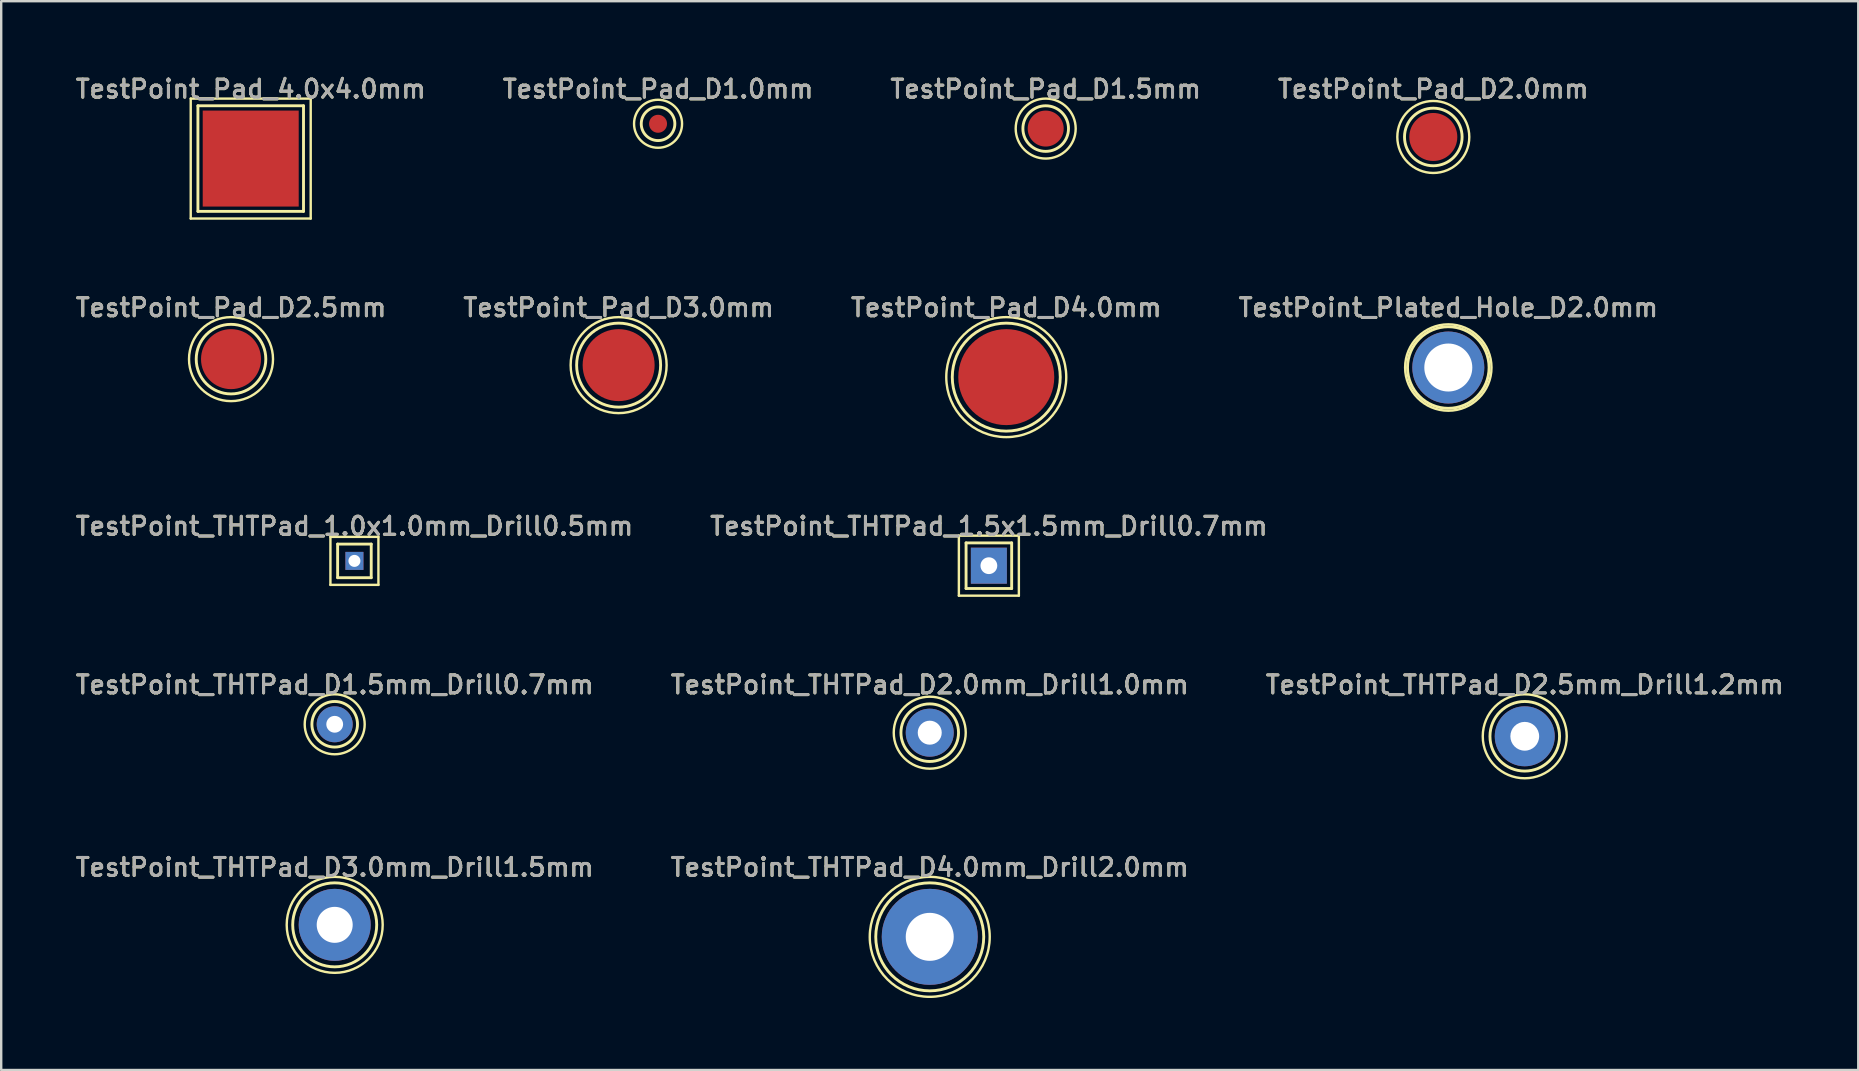
<source format=kicad_pcb>
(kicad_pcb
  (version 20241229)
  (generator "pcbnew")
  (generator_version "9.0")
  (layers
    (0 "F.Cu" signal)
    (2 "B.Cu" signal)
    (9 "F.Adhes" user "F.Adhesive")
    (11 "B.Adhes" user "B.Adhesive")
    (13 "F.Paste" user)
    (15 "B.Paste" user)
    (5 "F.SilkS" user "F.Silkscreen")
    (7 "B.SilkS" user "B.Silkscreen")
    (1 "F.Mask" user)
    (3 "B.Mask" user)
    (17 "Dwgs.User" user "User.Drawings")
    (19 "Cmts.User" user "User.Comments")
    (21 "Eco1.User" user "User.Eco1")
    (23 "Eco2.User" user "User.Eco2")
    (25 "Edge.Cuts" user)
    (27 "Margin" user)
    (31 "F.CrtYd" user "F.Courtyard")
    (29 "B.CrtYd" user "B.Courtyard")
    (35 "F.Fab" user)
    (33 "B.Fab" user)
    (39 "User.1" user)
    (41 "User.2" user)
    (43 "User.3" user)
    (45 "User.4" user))
  (footprint "TestPoint_Pad_D3.0mm"
    (layer "F.Cu")
    (at 22.73 12.166)
    (property "Reference" "TestPoint_Pad_D3.0mm" (at 0 -2.398 0) (layer "F.SilkS") (effects (font (size 0.75 0.75) (thickness 0.125))))
    (attr exclude_from_pos_files exclude_from_bom)
    (fp_circle (center 0 0) (end 0 1.75) (stroke (width 0.12) (type solid)) (fill no) (layer "F.SilkS"))
    (fp_circle (center 0 0) (end 2 0) (stroke (width 0.1) (type solid)) (fill no) (layer "F.SilkS"))
    (fp_text user "${REFERENCE}" (at 0 -2.4 0) (layer "F.Fab") (effects (font (size 0.75 0.75) (thickness 0.125))))
    (pad "1" smd circle (at 0 0) (size 3 3) (layers "F.Cu" "F.Mask")))
  (footprint "TestPoint_THTPad_D1.5mm_Drill0.7mm"
    (layer "F.Cu")
    (at 10.898 27.133)
    (property "Reference" "TestPoint_THTPad_D1.5mm_Drill0.7mm" (at 0 -1.648 0) (layer "F.SilkS") (effects (font (size 0.75 0.75) (thickness 0.125))))
    (attr exclude_from_pos_files exclude_from_bom)
    (fp_circle (center 0 0) (end 0 0.95) (stroke (width 0.12) (type solid)) (fill no) (layer "F.SilkS"))
    (fp_circle (center 0 0) (end 1.25 0) (stroke (width 0.1) (type solid)) (fill no) (layer "F.SilkS"))
    (fp_text user "${REFERENCE}" (at 0 -1.65 0) (layer "F.Fab") (effects (font (size 0.75 0.75) (thickness 0.125))))
    (pad "1" thru_hole circle (at 0 0) (size 1.5 1.5) (drill 0.7) (layers "*.Cu" "*.Mask")))
  (footprint "TestPoint_THTPad_1.0x1.0mm_Drill0.5mm"
    (layer "F.Cu")
    (at 11.72 20.324)
    (property "Reference" "TestPoint_THTPad_1.0x1.0mm_Drill0.5mm" (at 0 -1.448 0) (layer "F.SilkS") (effects (font (size 0.75 0.75) (thickness 0.125))))
    (attr exclude_from_pos_files exclude_from_bom)
    (fp_line (start -1 -1) (end -1 1) (stroke (width 0.1) (type solid)) (layer "F.SilkS"))
    (fp_line (start -1 -1) (end 1 -1) (stroke (width 0.1) (type solid)) (layer "F.SilkS"))
    (fp_line (start -0.7 -0.7) (end 0.7 -0.7) (stroke (width 0.12) (type solid)) (layer "F.SilkS"))
    (fp_line (start -0.7 0.7) (end -0.7 -0.7) (stroke (width 0.12) (type solid)) (layer "F.SilkS"))
    (fp_line (start 0.7 -0.7) (end 0.7 0.7) (stroke (width 0.12) (type solid)) (layer "F.SilkS"))
    (fp_line (start 0.7 0.7) (end -0.7 0.7) (stroke (width 0.12) (type solid)) (layer "F.SilkS"))
    (fp_line (start 1 1) (end -1 1) (stroke (width 0.1) (type solid)) (layer "F.SilkS"))
    (fp_line (start 1 1) (end 1 -1) (stroke (width 0.1) (type solid)) (layer "F.SilkS"))
    (fp_text user "${REFERENCE}" (at 0 -1.45 0) (layer "F.Fab") (effects (font (size 0.75 0.75) (thickness 0.125))))
    (pad "1" thru_hole rect (at 0 0) (size 0.75 0.75) (drill 0.5) (layers "*.Cu" "*.Mask")))
  (footprint "TestPoint_THTPad_D2.5mm_Drill1.2mm"
    (layer "F.Cu")
    (at 60.491 27.633)
    (property "Reference" "TestPoint_THTPad_D2.5mm_Drill1.2mm" (at 0 -2.148 0) (layer "F.SilkS") (effects (font (size 0.75 0.75) (thickness 0.125))))
    (attr exclude_from_pos_files exclude_from_bom)
    (fp_circle (center 0 0) (end 0 1.45) (stroke (width 0.12) (type solid)) (fill no) (layer "F.SilkS"))
    (fp_circle (center 0 0) (end 1.75 0) (stroke (width 0.1) (type solid)) (fill no) (layer "F.SilkS"))
    (fp_text user "${REFERENCE}" (at 0 -2.15 0) (layer "F.Fab") (effects (font (size 0.75 0.75) (thickness 0.125))))
    (pad "1" thru_hole circle (at 0 0) (size 2.5 2.5) (drill 1.2) (layers "*.Cu" "*.Mask")))
  (footprint "TestPoint_THTPad_D3.0mm_Drill1.5mm"
    (layer "F.Cu")
    (at 10.898 35.491)
    (property "Reference" "TestPoint_THTPad_D3.0mm_Drill1.5mm" (at 0 -2.398 0) (layer "F.SilkS") (effects (font (size 0.75 0.75) (thickness 0.125))))
    (attr exclude_from_pos_files exclude_from_bom)
    (fp_circle (center 0 0) (end 0 1.75) (stroke (width 0.12) (type solid)) (fill no) (layer "F.SilkS"))
    (fp_circle (center 0 0) (end 2 0) (stroke (width 0.1) (type solid)) (fill no) (layer "F.SilkS"))
    (fp_text user "${REFERENCE}" (at 0 -2.4 0) (layer "F.Fab") (effects (font (size 0.75 0.75) (thickness 0.125))))
    (pad "1" thru_hole circle (at 0 0) (size 3 3) (drill 1.5) (layers "*.Cu" "*.Mask")))
  (footprint "TestPoint_THTPad_D2.0mm_Drill1.0mm"
    (layer "F.Cu")
    (at 35.695 27.483)
    (property "Reference" "TestPoint_THTPad_D2.0mm_Drill1.0mm" (at 0 -1.998 0) (layer "F.SilkS") (effects (font (size 0.75 0.75) (thickness 0.125))))
    (attr exclude_from_pos_files exclude_from_bom)
    (fp_circle (center 0 0) (end 0 1.2) (stroke (width 0.12) (type solid)) (fill no) (layer "F.SilkS"))
    (fp_circle (center 0 0) (end 1.5 0) (stroke (width 0.1) (type solid)) (fill no) (layer "F.SilkS"))
    (fp_text user "${REFERENCE}" (at 0 -2 0) (layer "F.Fab") (effects (font (size 0.75 0.75) (thickness 0.125))))
    (pad "1" thru_hole circle (at 0 0) (size 2 2) (drill 1) (layers "*.Cu" "*.Mask")))
  (footprint "TestPoint_Plated_Hole_D2.0mm"
    (layer "F.Cu")
    (at 57.305 12.266)
    (property "Reference" "TestPoint_Plated_Hole_D2.0mm" (at 0 -2.498 0) (layer "F.SilkS") (effects (font (size 0.75 0.75) (thickness 0.125))))
    (attr exclude_from_pos_files exclude_from_bom)
    (fp_circle (center 0 0) (end 0 -1.7) (stroke (width 0.12) (type solid)) (fill no) (layer "F.SilkS"))
    (fp_circle (center 0 0) (end 1.8 0) (stroke (width 0.1) (type solid)) (fill no) (layer "F.SilkS"))
    (fp_text user "${REFERENCE}" (at 0 -2.5 0) (layer "F.Fab") (effects (font (size 0.75 0.75) (thickness 0.125))))
    (pad "1" thru_hole circle (at 0 0) (size 3 3) (drill 2) (layers "*.Cu" "*.Mask")))
  (footprint "TestPoint_Pad_D4.0mm"
    (layer "F.Cu")
    (at 38.884 12.666)
    (property "Reference" "TestPoint_Pad_D4.0mm" (at 0 -2.898 0) (layer "F.SilkS") (effects (font (size 0.75 0.75) (thickness 0.125))))
    (attr exclude_from_pos_files exclude_from_bom)
    (fp_circle (center 0 0) (end 0 2.25) (stroke (width 0.12) (type solid)) (fill no) (layer "F.SilkS"))
    (fp_circle (center 0 0) (end 2.5 0) (stroke (width 0.1) (type solid)) (fill no) (layer "F.SilkS"))
    (fp_text user "${REFERENCE}" (at 0 -2.9 0) (layer "F.Fab") (effects (font (size 0.75 0.75) (thickness 0.125))))
    (pad "1" smd circle (at 0 0) (size 4 4) (layers "F.Cu" "F.Mask")))
  (footprint "TestPoint_THTPad_1.5x1.5mm_Drill0.7mm"
    (layer "F.Cu")
    (at 38.159 20.524)
    (property "Reference" "TestPoint_THTPad_1.5x1.5mm_Drill0.7mm" (at 0 -1.648 0) (layer "F.SilkS") (effects (font (size 0.75 0.75) (thickness 0.125))))
    (attr exclude_from_pos_files exclude_from_bom)
    (fp_line (start -1.25 -1.25) (end -1.25 1.25) (stroke (width 0.1) (type solid)) (layer "F.SilkS"))
    (fp_line (start -1.25 -1.25) (end 1.25 -1.25) (stroke (width 0.1) (type solid)) (layer "F.SilkS"))
    (fp_line (start -0.95 -0.95) (end 0.95 -0.95) (stroke (width 0.12) (type solid)) (layer "F.SilkS"))
    (fp_line (start -0.95 0.95) (end -0.95 -0.95) (stroke (width 0.12) (type solid)) (layer "F.SilkS"))
    (fp_line (start 0.95 -0.95) (end 0.95 0.95) (stroke (width 0.12) (type solid)) (layer "F.SilkS"))
    (fp_line (start 0.95 0.95) (end -0.95 0.95) (stroke (width 0.12) (type solid)) (layer "F.SilkS"))
    (fp_line (start 1.25 1.25) (end -1.25 1.25) (stroke (width 0.1) (type solid)) (layer "F.SilkS"))
    (fp_line (start 1.25 1.25) (end 1.25 -1.25) (stroke (width 0.1) (type solid)) (layer "F.SilkS"))
    (fp_text user "${REFERENCE}" (at 0 -1.65 0) (layer "F.Fab") (effects (font (size 0.75 0.75) (thickness 0.125))))
    (pad "1" thru_hole rect (at 0 0) (size 1.5 1.5) (drill 0.7) (layers "*.Cu" "*.Mask")))
  (footprint "TestPoint_Pad_D2.5mm"
    (layer "F.Cu")
    (at 6.577 11.916)
    (property "Reference" "TestPoint_Pad_D2.5mm" (at 0 -2.148 0) (layer "F.SilkS") (effects (font (size 0.75 0.75) (thickness 0.125))))
    (attr exclude_from_pos_files exclude_from_bom)
    (fp_circle (center 0 0) (end 0 1.45) (stroke (width 0.12) (type solid)) (fill no) (layer "F.SilkS"))
    (fp_circle (center 0 0) (end 1.75 0) (stroke (width 0.1) (type solid)) (fill no) (layer "F.SilkS"))
    (fp_text user "${REFERENCE}" (at 0 -2.15 0) (layer "F.Fab") (effects (font (size 0.75 0.75) (thickness 0.125))))
    (pad "1" smd circle (at 0 0) (size 2.5 2.5) (layers "F.Cu" "F.Mask")))
  (footprint "TestPoint_Pad_4.0x4.0mm"
    (layer "F.Cu")
    (at 7.398 3.558)
    (property "Reference" "TestPoint_Pad_4.0x4.0mm" (at 0 -2.898 0) (layer "F.SilkS") (effects (font (size 0.75 0.75) (thickness 0.125))))
    (attr exclude_from_pos_files exclude_from_bom)
    (fp_line (start -2.5 -2.5) (end -2.5 2.5) (stroke (width 0.1) (type solid)) (layer "F.SilkS"))
    (fp_line (start -2.5 -2.5) (end 2.5 -2.5) (stroke (width 0.1) (type solid)) (layer "F.SilkS"))
    (fp_line (start -2.2 -2.2) (end 2.2 -2.2) (stroke (width 0.12) (type solid)) (layer "F.SilkS"))
    (fp_line (start -2.2 2.2) (end -2.2 -2.2) (stroke (width 0.12) (type solid)) (layer "F.SilkS"))
    (fp_line (start 2.2 -2.2) (end 2.2 2.2) (stroke (width 0.12) (type solid)) (layer "F.SilkS"))
    (fp_line (start 2.2 2.2) (end -2.2 2.2) (stroke (width 0.12) (type solid)) (layer "F.SilkS"))
    (fp_line (start 2.5 2.5) (end -2.5 2.5) (stroke (width 0.1) (type solid)) (layer "F.SilkS"))
    (fp_line (start 2.5 2.5) (end 2.5 -2.5) (stroke (width 0.1) (type solid)) (layer "F.SilkS"))
    (fp_text user "${REFERENCE}" (at 0 -2.9 0) (layer "F.Fab") (effects (font (size 0.75 0.75) (thickness 0.125))))
    (pad "1" smd rect (at 0 0) (size 4 4) (layers "F.Cu" "F.Mask")))
  (footprint "TestPoint_THTPad_D4.0mm_Drill2.0mm"
    (layer "F.Cu")
    (at 35.695 35.991)
    (property "Reference" "TestPoint_THTPad_D4.0mm_Drill2.0mm" (at 0 -2.898 0) (layer "F.SilkS") (effects (font (size 0.75 0.75) (thickness 0.125))))
    (attr exclude_from_pos_files exclude_from_bom)
    (fp_circle (center 0 0) (end 0 2.25) (stroke (width 0.12) (type solid)) (fill no) (layer "F.SilkS"))
    (fp_circle (center 0 0) (end 2.5 0) (stroke (width 0.1) (type solid)) (fill no) (layer "F.SilkS"))
    (fp_text user "${REFERENCE}" (at 0 -2.9 0) (layer "F.Fab") (effects (font (size 0.75 0.75) (thickness 0.125))))
    (pad "1" thru_hole circle (at 0 0) (size 4 4) (drill 2) (layers "*.Cu" "*.Mask")))
  (footprint "TestPoint_Pad_D2.0mm"
    (layer "F.Cu")
    (at 56.68 2.658)
    (property "Reference" "TestPoint_Pad_D2.0mm" (at 0 -1.998 0) (layer "F.SilkS") (effects (font (size 0.75 0.75) (thickness 0.125))))
    (attr exclude_from_pos_files exclude_from_bom)
    (fp_circle (center 0 0) (end 0 1.2) (stroke (width 0.12) (type solid)) (fill no) (layer "F.SilkS"))
    (fp_circle (center 0 0) (end 1.5 0) (stroke (width 0.1) (type solid)) (fill no) (layer "F.SilkS"))
    (fp_text user "${REFERENCE}" (at 0 -2 0) (layer "F.Fab") (effects (font (size 0.75 0.75) (thickness 0.125))))
    (pad "1" smd circle (at 0 0) (size 2 2) (layers "F.Cu" "F.Mask")))
  (footprint "TestPoint_Pad_D1.0mm"
    (layer "F.Cu")
    (at 24.373 2.108)
    (property "Reference" "TestPoint_Pad_D1.0mm" (at 0 -1.448 0) (layer "F.SilkS") (effects (font (size 0.75 0.75) (thickness 0.125))))
    (attr exclude_from_pos_files exclude_from_bom)
    (fp_circle (center 0 0) (end 0 0.7) (stroke (width 0.12) (type solid)) (fill no) (layer "F.SilkS"))
    (fp_circle (center 0 0) (end 1 0) (stroke (width 0.1) (type solid)) (fill no) (layer "F.SilkS"))
    (fp_text user "${REFERENCE}" (at 0 -1.45 0) (layer "F.Fab") (effects (font (size 0.75 0.75) (thickness 0.125))))
    (pad "1" smd circle (at 0 0) (size 0.75 0.75) (layers "F.Cu" "F.Mask")))
  (footprint "TestPoint_Pad_D1.5mm"
    (layer "F.Cu")
    (at 40.527 2.308)
    (property "Reference" "TestPoint_Pad_D1.5mm" (at 0 -1.648 0) (layer "F.SilkS") (effects (font (size 0.75 0.75) (thickness 0.125))))
    (attr exclude_from_pos_files exclude_from_bom)
    (fp_circle (center 0 0) (end 0 0.95) (stroke (width 0.12) (type solid)) (fill no) (layer "F.SilkS"))
    (fp_circle (center 0 0) (end 1.25 0) (stroke (width 0.1) (type solid)) (fill no) (layer "F.SilkS"))
    (fp_text user "${REFERENCE}" (at 0 -1.65 0) (layer "F.Fab") (effects (font (size 0.75 0.75) (thickness 0.125))))
    (pad "1" smd circle (at 0 0) (size 1.5 1.5) (layers "F.Cu" "F.Mask")))
  (gr_rect
    (start -3 -3)
    (end 74.389 41.541)
    (stroke (width 0.1) (type default))
    (fill no)
    (layer "Edge.Cuts")))
</source>
